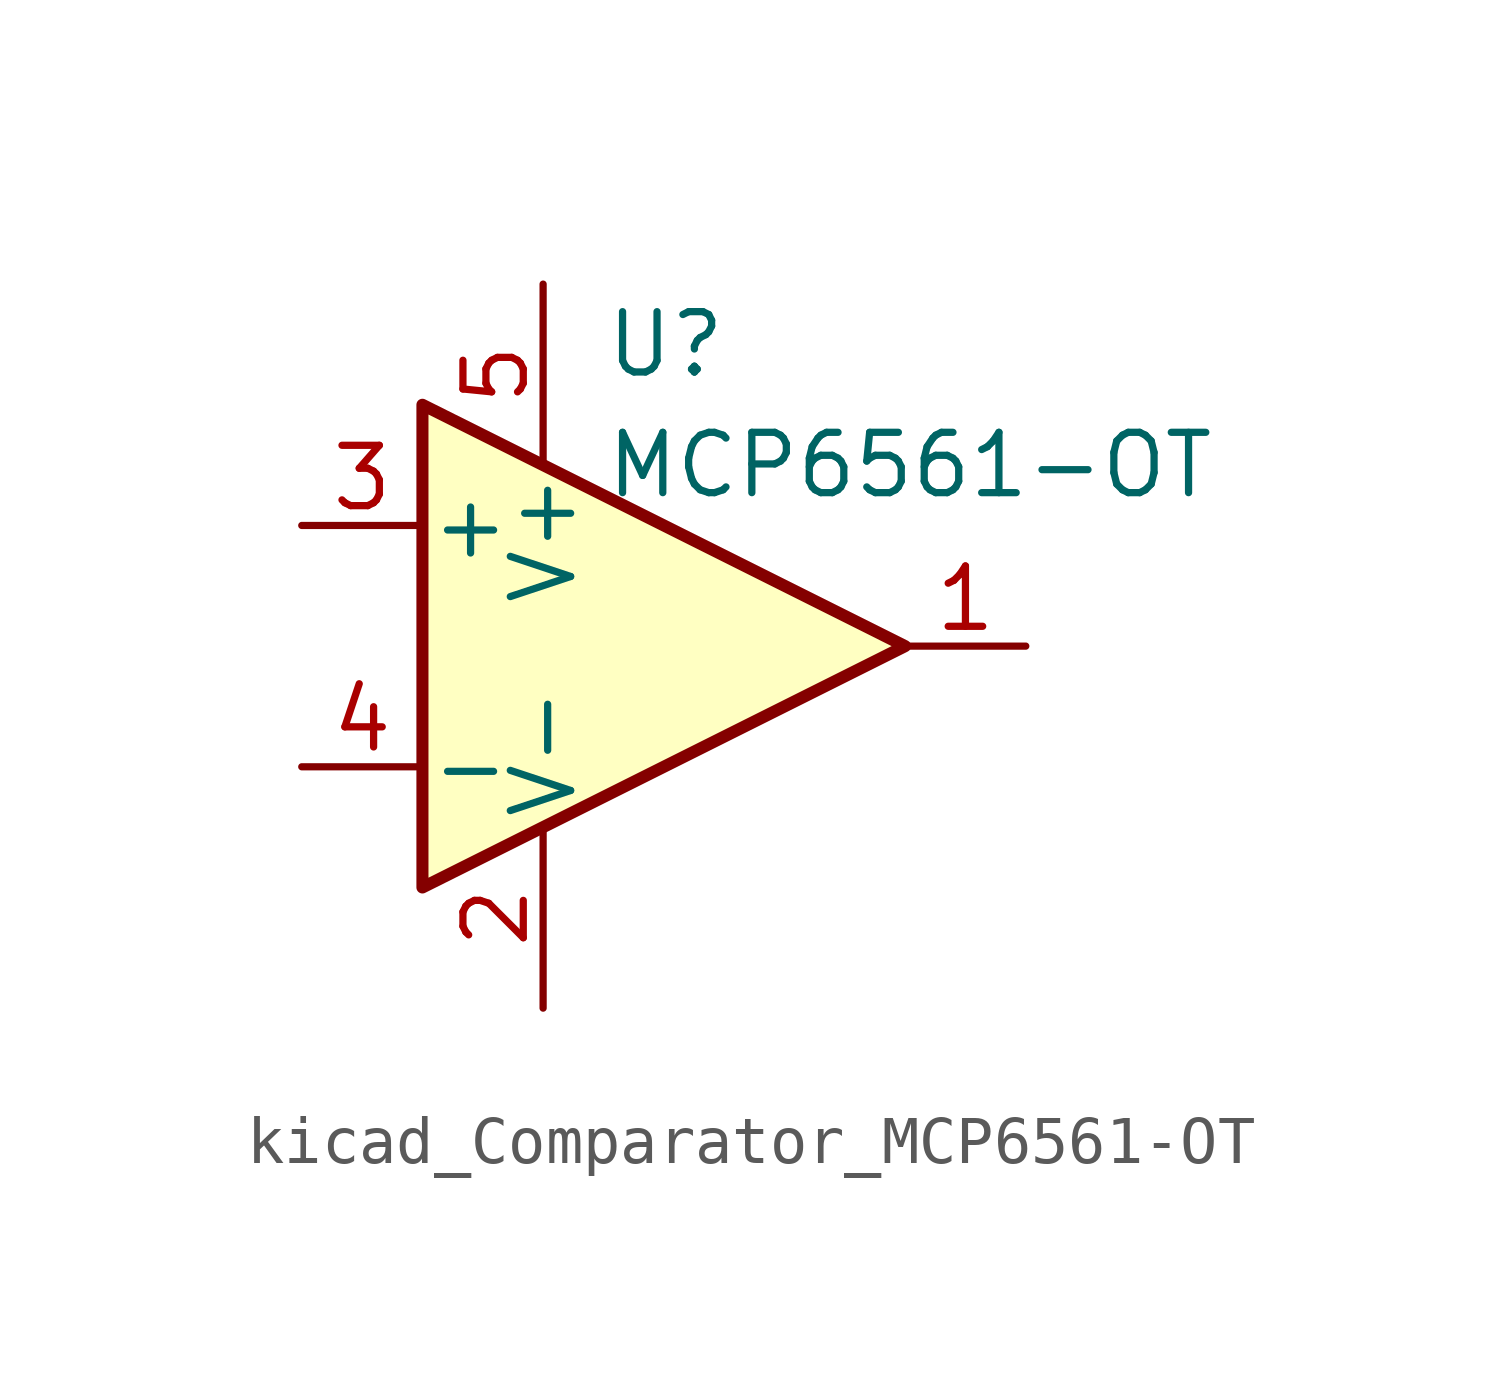
<source format=kicad_sym>
(kicad_symbol_lib
  (version 20220914)
  (generator kicad_symbol_editor)
  (symbol "kicad_Comparator_MCP6561-OT"
    (pin_names
      (offset 0.127))
    (property "Reference" "U"
      (at -1.27 6.35 0)
      (effects (font (size 1.27 1.27)) (justify left)))
    (property "Value" "MCP6561-OT"
      (at -1.27 3.81 0)
      (effects (font (size 1.27 1.27)) (justify left)))
    (symbol "kicad_Comparator_MCP6561-OT_0_1"
      (polyline (pts (xy -5.08 5.08) (xy 5.08 0) (xy -5.08 -5.08) (xy -5.08 5.08)) (stroke (width 0.254) (type default)) (fill (type background)))
      (pin power_in line (at -2.54 -7.62 90) (length 3.81) (name "V-" (effects (font (size 1.27 1.27)))) (number "2" (effects (font (size 1.27 1.27)))))
      (pin power_in line (at -2.54 7.62 270) (length 3.81) (name "V+" (effects (font (size 1.27 1.27)))) (number "5" (effects (font (size 1.27 1.27))))))
    (symbol "kicad_Comparator_MCP6561-OT_1_1"
      (pin output line (at 7.62 0 180) (length 2.54) (name "~" (effects (font (size 1.27 1.27)))) (number "1" (effects (font (size 1.27 1.27)))))
      (pin input line (at -7.62 2.54 0) (length 2.54) (name "+" (effects (font (size 1.27 1.27)))) (number "3" (effects (font (size 1.27 1.27)))))
      (pin input line (at -7.62 -2.54 0) (length 2.54) (name "-" (effects (font (size 1.27 1.27)))) (number "4" (effects (font (size 1.27 1.27))))))))
</source>
